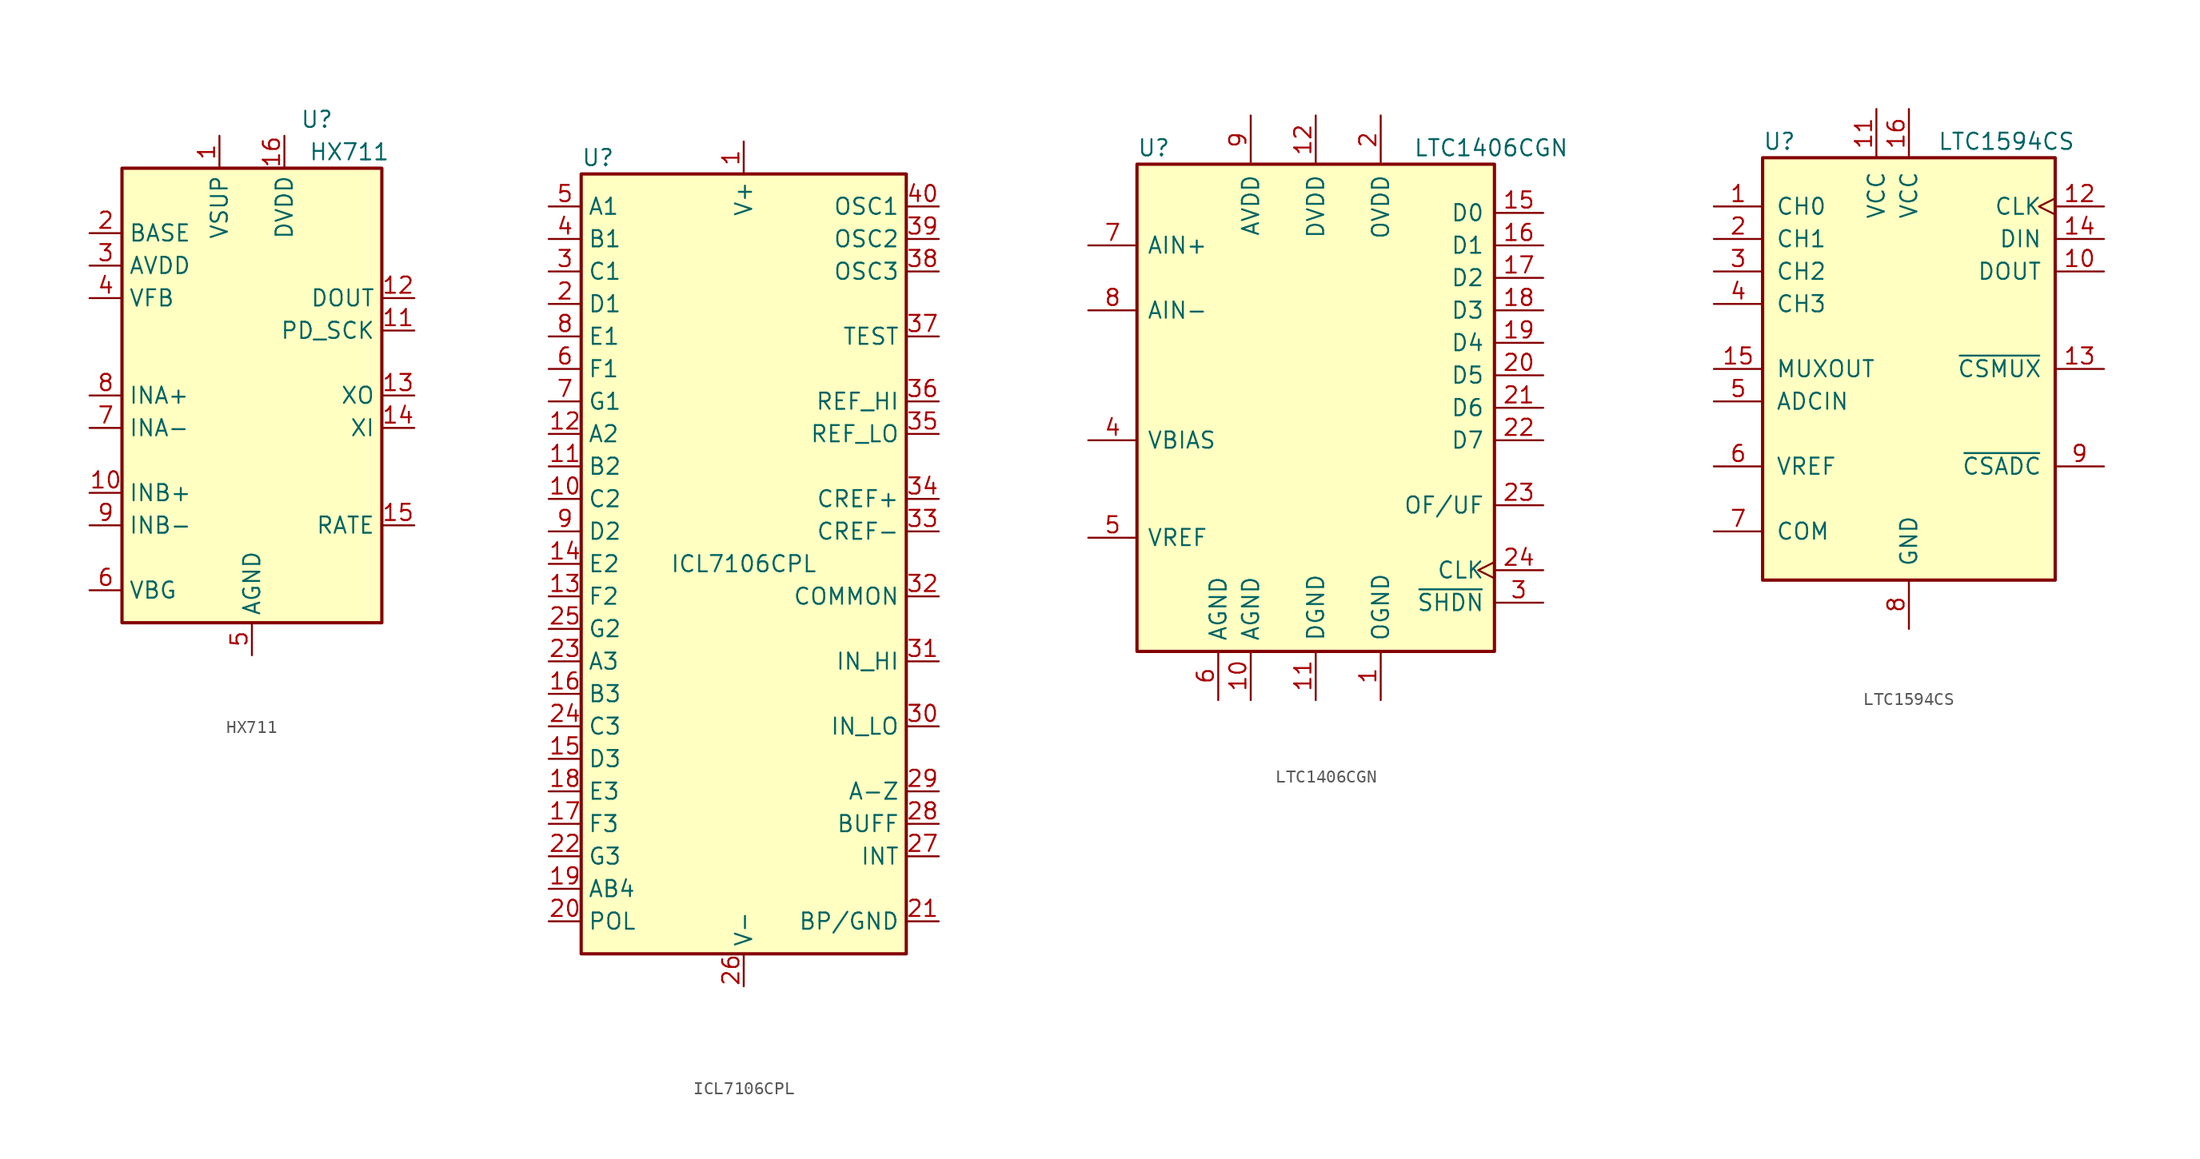
<source format=kicad_sym>
(kicad_symbol_lib
  (version 20220914)
  (generator kicad_symbol_editor)
  (symbol "HX711"
    (property "Reference" "U"
      (at 5.08 21.59 0)
      (effects (font (size 1.27 1.27))))
    (property "Value" "HX711"
      (at 7.62 19.05 0)
      (effects (font (size 1.27 1.27))))
    (symbol "HX711_0_1"
      (rectangle (start -10.16 17.78) (end 10.16 -17.78) (stroke (width 0.254) (type default)) (fill (type background))))
    (symbol "HX711_1_1"
      (pin power_in line (at -2.54 20.32 270) (length 2.54) (name "VSUP" (effects (font (size 1.27 1.27)))) (number "1" (effects (font (size 1.27 1.27)))))
      (pin input line (at -12.7 -7.62 0) (length 2.54) (name "INB+" (effects (font (size 1.27 1.27)))) (number "10" (effects (font (size 1.27 1.27)))))
      (pin input line (at 12.7 5.08 180) (length 2.54) (name "PD_SCK" (effects (font (size 1.27 1.27)))) (number "11" (effects (font (size 1.27 1.27)))))
      (pin output line (at 12.7 7.62 180) (length 2.54) (name "DOUT" (effects (font (size 1.27 1.27)))) (number "12" (effects (font (size 1.27 1.27)))))
      (pin passive line (at 12.7 0 180) (length 2.54) (name "XO" (effects (font (size 1.27 1.27)))) (number "13" (effects (font (size 1.27 1.27)))))
      (pin passive line (at 12.7 -2.54 180) (length 2.54) (name "XI" (effects (font (size 1.27 1.27)))) (number "14" (effects (font (size 1.27 1.27)))))
      (pin input line (at 12.7 -10.16 180) (length 2.54) (name "RATE" (effects (font (size 1.27 1.27)))) (number "15" (effects (font (size 1.27 1.27)))))
      (pin power_in line (at 2.54 20.32 270) (length 2.54) (name "DVDD" (effects (font (size 1.27 1.27)))) (number "16" (effects (font (size 1.27 1.27)))))
      (pin passive line (at -12.7 12.7 0) (length 2.54) (name "BASE" (effects (font (size 1.27 1.27)))) (number "2" (effects (font (size 1.27 1.27)))))
      (pin power_in line (at -12.7 10.16 0) (length 2.54) (name "AVDD" (effects (font (size 1.27 1.27)))) (number "3" (effects (font (size 1.27 1.27)))))
      (pin input line (at -12.7 7.62 0) (length 2.54) (name "VFB" (effects (font (size 1.27 1.27)))) (number "4" (effects (font (size 1.27 1.27)))))
      (pin power_in line (at 0 -20.32 90) (length 2.54) (name "AGND" (effects (font (size 1.27 1.27)))) (number "5" (effects (font (size 1.27 1.27)))))
      (pin passive line (at -12.7 -15.24 0) (length 2.54) (name "VBG" (effects (font (size 1.27 1.27)))) (number "6" (effects (font (size 1.27 1.27)))))
      (pin input line (at -12.7 -2.54 0) (length 2.54) (name "INA-" (effects (font (size 1.27 1.27)))) (number "7" (effects (font (size 1.27 1.27)))))
      (pin input line (at -12.7 0 0) (length 2.54) (name "INA+" (effects (font (size 1.27 1.27)))) (number "8" (effects (font (size 1.27 1.27)))))
      (pin input line (at -12.7 -10.16 0) (length 2.54) (name "INB-" (effects (font (size 1.27 1.27)))) (number "9" (effects (font (size 1.27 1.27)))))))
  (symbol "ICL7106CPL"
    (property "Reference" "U"
      (at -12.7 31.75 0)
      (effects (font (size 1.27 1.27)) (justify left)))
    (property "Value" "ICL7106CPL"
      (at 0 0 0)
      (effects (font (size 1.27 1.27))))
    (symbol "ICL7106CPL_0_1"
      (rectangle (start -12.7 30.48) (end 12.7 -30.48) (stroke (width 0.254) (type default)) (fill (type background))))
    (symbol "ICL7106CPL_1_1"
      (pin power_in line (at 0 33.02 270) (length 2.54) (name "V+" (effects (font (size 1.27 1.27)))) (number "1" (effects (font (size 1.27 1.27)))))
      (pin output line (at -15.24 5.08 0) (length 2.54) (name "C2" (effects (font (size 1.27 1.27)))) (number "10" (effects (font (size 1.27 1.27)))))
      (pin output line (at -15.24 7.62 0) (length 2.54) (name "B2" (effects (font (size 1.27 1.27)))) (number "11" (effects (font (size 1.27 1.27)))))
      (pin output line (at -15.24 10.16 0) (length 2.54) (name "A2" (effects (font (size 1.27 1.27)))) (number "12" (effects (font (size 1.27 1.27)))))
      (pin output line (at -15.24 -2.54 0) (length 2.54) (name "F2" (effects (font (size 1.27 1.27)))) (number "13" (effects (font (size 1.27 1.27)))))
      (pin output line (at -15.24 0 0) (length 2.54) (name "E2" (effects (font (size 1.27 1.27)))) (number "14" (effects (font (size 1.27 1.27)))))
      (pin output line (at -15.24 -15.24 0) (length 2.54) (name "D3" (effects (font (size 1.27 1.27)))) (number "15" (effects (font (size 1.27 1.27)))))
      (pin output line (at -15.24 -10.16 0) (length 2.54) (name "B3" (effects (font (size 1.27 1.27)))) (number "16" (effects (font (size 1.27 1.27)))))
      (pin output line (at -15.24 -20.32 0) (length 2.54) (name "F3" (effects (font (size 1.27 1.27)))) (number "17" (effects (font (size 1.27 1.27)))))
      (pin output line (at -15.24 -17.78 0) (length 2.54) (name "E3" (effects (font (size 1.27 1.27)))) (number "18" (effects (font (size 1.27 1.27)))))
      (pin output line (at -15.24 -25.4 0) (length 2.54) (name "AB4" (effects (font (size 1.27 1.27)))) (number "19" (effects (font (size 1.27 1.27)))))
      (pin output line (at -15.24 20.32 0) (length 2.54) (name "D1" (effects (font (size 1.27 1.27)))) (number "2" (effects (font (size 1.27 1.27)))))
      (pin output line (at -15.24 -27.94 0) (length 2.54) (name "POL" (effects (font (size 1.27 1.27)))) (number "20" (effects (font (size 1.27 1.27)))))
      (pin bidirectional line (at 15.24 -27.94 180) (length 2.54) (name "BP/GND" (effects (font (size 1.27 1.27)))) (number "21" (effects (font (size 1.27 1.27)))))
      (pin output line (at -15.24 -22.86 0) (length 2.54) (name "G3" (effects (font (size 1.27 1.27)))) (number "22" (effects (font (size 1.27 1.27)))))
      (pin output line (at -15.24 -7.62 0) (length 2.54) (name "A3" (effects (font (size 1.27 1.27)))) (number "23" (effects (font (size 1.27 1.27)))))
      (pin output line (at -15.24 -12.7 0) (length 2.54) (name "C3" (effects (font (size 1.27 1.27)))) (number "24" (effects (font (size 1.27 1.27)))))
      (pin output line (at -15.24 -5.08 0) (length 2.54) (name "G2" (effects (font (size 1.27 1.27)))) (number "25" (effects (font (size 1.27 1.27)))))
      (pin power_in line (at 0 -33.02 90) (length 2.54) (name "V-" (effects (font (size 1.27 1.27)))) (number "26" (effects (font (size 1.27 1.27)))))
      (pin passive line (at 15.24 -22.86 180) (length 2.54) (name "INT" (effects (font (size 1.27 1.27)))) (number "27" (effects (font (size 1.27 1.27)))))
      (pin output line (at 15.24 -20.32 180) (length 2.54) (name "BUFF" (effects (font (size 1.27 1.27)))) (number "28" (effects (font (size 1.27 1.27)))))
      (pin passive line (at 15.24 -17.78 180) (length 2.54) (name "A-Z" (effects (font (size 1.27 1.27)))) (number "29" (effects (font (size 1.27 1.27)))))
      (pin output line (at -15.24 22.86 0) (length 2.54) (name "C1" (effects (font (size 1.27 1.27)))) (number "3" (effects (font (size 1.27 1.27)))))
      (pin input line (at 15.24 -12.7 180) (length 2.54) (name "IN_LO" (effects (font (size 1.27 1.27)))) (number "30" (effects (font (size 1.27 1.27)))))
      (pin input line (at 15.24 -7.62 180) (length 2.54) (name "IN_HI" (effects (font (size 1.27 1.27)))) (number "31" (effects (font (size 1.27 1.27)))))
      (pin output line (at 15.24 -2.54 180) (length 2.54) (name "COMMON" (effects (font (size 1.27 1.27)))) (number "32" (effects (font (size 1.27 1.27)))))
      (pin passive line (at 15.24 2.54 180) (length 2.54) (name "CREF-" (effects (font (size 1.27 1.27)))) (number "33" (effects (font (size 1.27 1.27)))))
      (pin passive line (at 15.24 5.08 180) (length 2.54) (name "CREF+" (effects (font (size 1.27 1.27)))) (number "34" (effects (font (size 1.27 1.27)))))
      (pin passive line (at 15.24 10.16 180) (length 2.54) (name "REF_LO" (effects (font (size 1.27 1.27)))) (number "35" (effects (font (size 1.27 1.27)))))
      (pin passive line (at 15.24 12.7 180) (length 2.54) (name "REF_HI" (effects (font (size 1.27 1.27)))) (number "36" (effects (font (size 1.27 1.27)))))
      (pin passive line (at 15.24 17.78 180) (length 2.54) (name "TEST" (effects (font (size 1.27 1.27)))) (number "37" (effects (font (size 1.27 1.27)))))
      (pin passive line (at 15.24 22.86 180) (length 2.54) (name "OSC3" (effects (font (size 1.27 1.27)))) (number "38" (effects (font (size 1.27 1.27)))))
      (pin passive line (at 15.24 25.4 180) (length 2.54) (name "OSC2" (effects (font (size 1.27 1.27)))) (number "39" (effects (font (size 1.27 1.27)))))
      (pin output line (at -15.24 25.4 0) (length 2.54) (name "B1" (effects (font (size 1.27 1.27)))) (number "4" (effects (font (size 1.27 1.27)))))
      (pin passive line (at 15.24 27.94 180) (length 2.54) (name "OSC1" (effects (font (size 1.27 1.27)))) (number "40" (effects (font (size 1.27 1.27)))))
      (pin output line (at -15.24 27.94 0) (length 2.54) (name "A1" (effects (font (size 1.27 1.27)))) (number "5" (effects (font (size 1.27 1.27)))))
      (pin output line (at -15.24 15.24 0) (length 2.54) (name "F1" (effects (font (size 1.27 1.27)))) (number "6" (effects (font (size 1.27 1.27)))))
      (pin output line (at -15.24 12.7 0) (length 2.54) (name "G1" (effects (font (size 1.27 1.27)))) (number "7" (effects (font (size 1.27 1.27)))))
      (pin output line (at -15.24 17.78 0) (length 2.54) (name "E1" (effects (font (size 1.27 1.27)))) (number "8" (effects (font (size 1.27 1.27)))))
      (pin output line (at -15.24 2.54 0) (length 2.54) (name "D2" (effects (font (size 1.27 1.27)))) (number "9" (effects (font (size 1.27 1.27)))))))
  (symbol "LTC1406CGN"
    (pin_names
      (offset 0.762))
    (property "Reference" "U"
      (at -13.97 20.32 0)
      (effects (font (size 1.27 1.27)) (justify left)))
    (property "Value" "LTC1406CGN"
      (at 7.62 20.32 0)
      (effects (font (size 1.27 1.27)) (justify left)))
    (symbol "LTC1406CGN_0_1"
      (rectangle (start -13.97 -19.05) (end 13.97 19.05) (stroke (width 0.254) (type default)) (fill (type background))))
    (symbol "LTC1406CGN_1_1"
      (pin power_in line (at 5.08 -22.86 90) (length 3.81) (name "OGND" (effects (font (size 1.27 1.27)))) (number "1" (effects (font (size 1.27 1.27)))))
      (pin power_in line (at -5.08 -22.86 90) (length 3.81) (name "AGND" (effects (font (size 1.27 1.27)))) (number "10" (effects (font (size 1.27 1.27)))))
      (pin power_in line (at 0 -22.86 90) (length 3.81) (name "DGND" (effects (font (size 1.27 1.27)))) (number "11" (effects (font (size 1.27 1.27)))))
      (pin power_in line (at 0 22.86 270) (length 3.81) (name "DVDD" (effects (font (size 1.27 1.27)))) (number "12" (effects (font (size 1.27 1.27)))))
      (pin no_connect line (at 7.62 -19.05 90) (length 3.81) hide (name "NC" (effects (font (size 1.27 1.27)))) (number "13" (effects (font (size 1.27 1.27)))))
      (pin no_connect line (at 10.16 -19.05 90) (length 3.81) hide (name "NC" (effects (font (size 1.27 1.27)))) (number "14" (effects (font (size 1.27 1.27)))))
      (pin output line (at 17.78 15.24 180) (length 3.81) (name "D0" (effects (font (size 1.27 1.27)))) (number "15" (effects (font (size 1.27 1.27)))))
      (pin output line (at 17.78 12.7 180) (length 3.81) (name "D1" (effects (font (size 1.27 1.27)))) (number "16" (effects (font (size 1.27 1.27)))))
      (pin output line (at 17.78 10.16 180) (length 3.81) (name "D2" (effects (font (size 1.27 1.27)))) (number "17" (effects (font (size 1.27 1.27)))))
      (pin output line (at 17.78 7.62 180) (length 3.81) (name "D3" (effects (font (size 1.27 1.27)))) (number "18" (effects (font (size 1.27 1.27)))))
      (pin output line (at 17.78 5.08 180) (length 3.81) (name "D4" (effects (font (size 1.27 1.27)))) (number "19" (effects (font (size 1.27 1.27)))))
      (pin power_in line (at 5.08 22.86 270) (length 3.81) (name "OVDD" (effects (font (size 1.27 1.27)))) (number "2" (effects (font (size 1.27 1.27)))))
      (pin output line (at 17.78 2.54 180) (length 3.81) (name "D5" (effects (font (size 1.27 1.27)))) (number "20" (effects (font (size 1.27 1.27)))))
      (pin output line (at 17.78 0 180) (length 3.81) (name "D6" (effects (font (size 1.27 1.27)))) (number "21" (effects (font (size 1.27 1.27)))))
      (pin output line (at 17.78 -2.54 180) (length 3.81) (name "D7" (effects (font (size 1.27 1.27)))) (number "22" (effects (font (size 1.27 1.27)))))
      (pin output line (at 17.78 -7.62 180) (length 3.81) (name "OF/UF" (effects (font (size 1.27 1.27)))) (number "23" (effects (font (size 1.27 1.27)))))
      (pin input clock (at 17.78 -12.7 180) (length 3.81) (name "CLK" (effects (font (size 1.27 1.27)))) (number "24" (effects (font (size 1.27 1.27)))))
      (pin input line (at 17.78 -15.24 180) (length 3.81) (name "~{SHDN}" (effects (font (size 1.27 1.27)))) (number "3" (effects (font (size 1.27 1.27)))))
      (pin input line (at -17.78 -2.54 0) (length 3.81) (name "VBIAS" (effects (font (size 1.27 1.27)))) (number "4" (effects (font (size 1.27 1.27)))))
      (pin input line (at -17.78 -10.16 0) (length 3.81) (name "VREF" (effects (font (size 1.27 1.27)))) (number "5" (effects (font (size 1.27 1.27)))))
      (pin power_in line (at -7.62 -22.86 90) (length 3.81) (name "AGND" (effects (font (size 1.27 1.27)))) (number "6" (effects (font (size 1.27 1.27)))))
      (pin input line (at -17.78 12.7 0) (length 3.81) (name "AIN+" (effects (font (size 1.27 1.27)))) (number "7" (effects (font (size 1.27 1.27)))))
      (pin input line (at -17.78 7.62 0) (length 3.81) (name "AIN-" (effects (font (size 1.27 1.27)))) (number "8" (effects (font (size 1.27 1.27)))))
      (pin power_in line (at -5.08 22.86 270) (length 3.81) (name "AVDD" (effects (font (size 1.27 1.27)))) (number "9" (effects (font (size 1.27 1.27)))))))
  (symbol "LTC1594CS"
    (pin_names
      (offset 1.016))
    (property "Reference" "U"
      (at -11.43 17.78 0)
      (effects (font (size 1.27 1.27)) (justify left)))
    (property "Value" "LTC1594CS"
      (at 7.62 17.78 0)
      (effects (font (size 1.27 1.27))))
    (symbol "LTC1594CS_0_1"
      (rectangle (start -11.43 16.51) (end 11.43 -16.51) (stroke (width 0.254) (type default)) (fill (type background))))
    (symbol "LTC1594CS_1_1"
      (pin input line (at -15.24 12.7 0) (length 3.81) (name "CH0" (effects (font (size 1.27 1.27)))) (number "1" (effects (font (size 1.27 1.27)))))
      (pin output line (at 15.24 7.62 180) (length 3.81) (name "DOUT" (effects (font (size 1.27 1.27)))) (number "10" (effects (font (size 1.27 1.27)))))
      (pin power_in line (at -2.54 20.32 270) (length 3.81) (name "VCC" (effects (font (size 1.27 1.27)))) (number "11" (effects (font (size 1.27 1.27)))))
      (pin input clock (at 15.24 12.7 180) (length 3.81) (name "CLK" (effects (font (size 1.27 1.27)))) (number "12" (effects (font (size 1.27 1.27)))))
      (pin input line (at 15.24 0 180) (length 3.81) (name "~{CSMUX}" (effects (font (size 1.27 1.27)))) (number "13" (effects (font (size 1.27 1.27)))))
      (pin input line (at 15.24 10.16 180) (length 3.81) (name "DIN" (effects (font (size 1.27 1.27)))) (number "14" (effects (font (size 1.27 1.27)))))
      (pin output line (at -15.24 0 0) (length 3.81) (name "MUXOUT" (effects (font (size 1.27 1.27)))) (number "15" (effects (font (size 1.27 1.27)))))
      (pin power_in line (at 0 20.32 270) (length 3.81) (name "VCC" (effects (font (size 1.27 1.27)))) (number "16" (effects (font (size 1.27 1.27)))))
      (pin input line (at -15.24 10.16 0) (length 3.81) (name "CH1" (effects (font (size 1.27 1.27)))) (number "2" (effects (font (size 1.27 1.27)))))
      (pin input line (at -15.24 7.62 0) (length 3.81) (name "CH2" (effects (font (size 1.27 1.27)))) (number "3" (effects (font (size 1.27 1.27)))))
      (pin input line (at -15.24 5.08 0) (length 3.81) (name "CH3" (effects (font (size 1.27 1.27)))) (number "4" (effects (font (size 1.27 1.27)))))
      (pin input line (at -15.24 -2.54 0) (length 3.81) (name "ADCIN" (effects (font (size 1.27 1.27)))) (number "5" (effects (font (size 1.27 1.27)))))
      (pin input line (at -15.24 -7.62 0) (length 3.81) (name "VREF" (effects (font (size 1.27 1.27)))) (number "6" (effects (font (size 1.27 1.27)))))
      (pin input line (at -15.24 -12.7 0) (length 3.81) (name "COM" (effects (font (size 1.27 1.27)))) (number "7" (effects (font (size 1.27 1.27)))))
      (pin power_in line (at 0 -20.32 90) (length 3.81) (name "GND" (effects (font (size 1.27 1.27)))) (number "8" (effects (font (size 1.27 1.27)))))
      (pin input line (at 15.24 -7.62 180) (length 3.81) (name "~{CSADC}" (effects (font (size 1.27 1.27)))) (number "9" (effects (font (size 1.27 1.27))))))))
</source>
